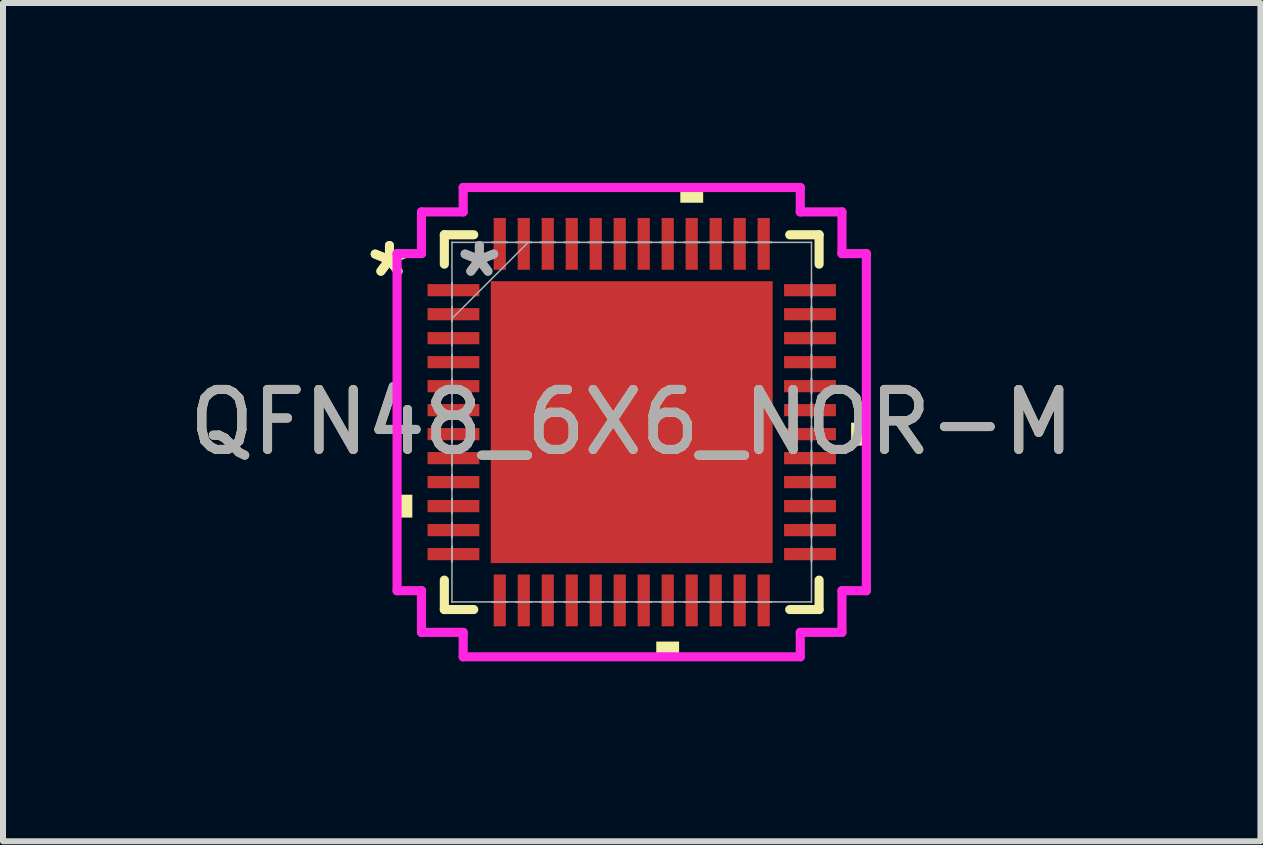
<source format=kicad_pcb>
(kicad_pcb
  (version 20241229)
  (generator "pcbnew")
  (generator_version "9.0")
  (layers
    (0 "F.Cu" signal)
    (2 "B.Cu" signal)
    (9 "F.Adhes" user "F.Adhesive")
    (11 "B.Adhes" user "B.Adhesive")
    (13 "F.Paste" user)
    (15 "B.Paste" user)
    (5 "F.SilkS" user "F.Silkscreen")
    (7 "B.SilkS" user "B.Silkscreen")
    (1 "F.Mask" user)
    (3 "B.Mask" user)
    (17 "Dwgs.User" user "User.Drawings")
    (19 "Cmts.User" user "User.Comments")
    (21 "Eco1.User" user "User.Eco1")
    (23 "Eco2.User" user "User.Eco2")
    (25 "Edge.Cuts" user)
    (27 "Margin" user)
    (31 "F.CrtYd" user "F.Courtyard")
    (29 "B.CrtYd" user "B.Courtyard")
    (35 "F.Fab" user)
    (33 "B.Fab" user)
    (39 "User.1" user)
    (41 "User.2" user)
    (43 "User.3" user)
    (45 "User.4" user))
  (footprint "QFN48_6X6_NOR-M"
    (layer "F.Cu")
    (at 7.482 3.988)
    (property "Reference" "QFN48_6X6_NOR-M" (at 0 0 0) (unlocked yes) (layer "F.SilkS") (effects (font (size 1 1) (thickness 0.15))))
    (attr smd)
    (fp_line (start -3.124 -3.124) (end -3.124 -2.634) (stroke (width 0.152) (type solid)) (layer "F.SilkS"))
    (fp_line (start -3.124 2.634) (end -3.124 3.124) (stroke (width 0.152) (type solid)) (layer "F.SilkS"))
    (fp_line (start -3.124 3.124) (end -2.634 3.124) (stroke (width 0.152) (type solid)) (layer "F.SilkS"))
    (fp_line (start -2.634 -3.124) (end -3.124 -3.124) (stroke (width 0.152) (type solid)) (layer "F.SilkS"))
    (fp_line (start 2.634 3.124) (end 3.124 3.124) (stroke (width 0.152) (type solid)) (layer "F.SilkS"))
    (fp_line (start 3.124 -3.124) (end 2.634 -3.124) (stroke (width 0.152) (type solid)) (layer "F.SilkS"))
    (fp_line (start 3.124 -2.634) (end 3.124 -3.124) (stroke (width 0.152) (type solid)) (layer "F.SilkS"))
    (fp_line (start 3.124 3.124) (end 3.124 2.634) (stroke (width 0.152) (type solid)) (layer "F.SilkS"))
    (fp_poly (pts (xy -3.912 1.21) (xy -3.912 1.591) (xy -3.658 1.591) (xy -3.658 1.21)) (stroke (width 0) (type solid)) (fill yes) (layer "F.SilkS"))
    (fp_poly (pts (xy 0.409 3.658) (xy 0.409 3.912) (xy 0.79 3.912) (xy 0.79 3.658)) (stroke (width 0) (type solid)) (fill yes) (layer "F.SilkS"))
    (fp_poly (pts (xy 0.81 -3.658) (xy 0.81 -3.912) (xy 1.191 -3.912) (xy 1.191 -3.658)) (stroke (width 0) (type solid)) (fill yes) (layer "F.SilkS"))
    (fp_poly (pts (xy 3.912 0.009) (xy 3.912 0.391) (xy 3.658 0.391) (xy 3.658 0.009)) (stroke (width 0) (type solid)) (fill yes) (layer "F.SilkS"))
    (fp_poly (pts (xy -2.249 -2.249) (xy -2.249 -0.883) (xy -0.883 -0.883) (xy -0.883 -2.249)) (stroke (width 0) (type solid)) (fill yes) (layer "F.Paste"))
    (fp_poly (pts (xy -2.249 -0.683) (xy -2.249 0.683) (xy -0.883 0.683) (xy -0.883 -0.683)) (stroke (width 0) (type solid)) (fill yes) (layer "F.Paste"))
    (fp_poly (pts (xy -2.249 0.883) (xy -2.249 2.249) (xy -0.883 2.249) (xy -0.883 0.883)) (stroke (width 0) (type solid)) (fill yes) (layer "F.Paste"))
    (fp_poly (pts (xy -0.683 -2.249) (xy -0.683 -0.883) (xy 0.683 -0.883) (xy 0.683 -2.249)) (stroke (width 0) (type solid)) (fill yes) (layer "F.Paste"))
    (fp_poly (pts (xy -0.683 -0.683) (xy -0.683 0.683) (xy 0.683 0.683) (xy 0.683 -0.683)) (stroke (width 0) (type solid)) (fill yes) (layer "F.Paste"))
    (fp_poly (pts (xy -0.683 0.883) (xy -0.683 2.249) (xy 0.683 2.249) (xy 0.683 0.883)) (stroke (width 0) (type solid)) (fill yes) (layer "F.Paste"))
    (fp_poly (pts (xy 0.883 -2.249) (xy 0.883 -0.883) (xy 2.249 -0.883) (xy 2.249 -2.249)) (stroke (width 0) (type solid)) (fill yes) (layer "F.Paste"))
    (fp_poly (pts (xy 0.883 -0.683) (xy 0.883 0.683) (xy 2.249 0.683) (xy 2.249 -0.683)) (stroke (width 0) (type solid)) (fill yes) (layer "F.Paste"))
    (fp_poly (pts (xy 0.883 0.883) (xy 0.883 2.249) (xy 2.249 2.249) (xy 2.249 0.883)) (stroke (width 0) (type solid)) (fill yes) (layer "F.Paste"))
    (fp_line (start -3.912 -2.81) (end -3.505 -2.81) (stroke (width 0.152) (type solid)) (layer "F.CrtYd"))
    (fp_line (start -3.912 2.81) (end -3.912 -2.81) (stroke (width 0.152) (type solid)) (layer "F.CrtYd"))
    (fp_line (start -3.505 -3.505) (end -2.81 -3.505) (stroke (width 0.152) (type solid)) (layer "F.CrtYd"))
    (fp_line (start -3.505 -2.81) (end -3.505 -3.505) (stroke (width 0.152) (type solid)) (layer "F.CrtYd"))
    (fp_line (start -3.505 2.81) (end -3.912 2.81) (stroke (width 0.152) (type solid)) (layer "F.CrtYd"))
    (fp_line (start -3.505 3.505) (end -3.505 2.81) (stroke (width 0.152) (type solid)) (layer "F.CrtYd"))
    (fp_line (start -2.81 -3.912) (end 2.81 -3.912) (stroke (width 0.152) (type solid)) (layer "F.CrtYd"))
    (fp_line (start -2.81 -3.505) (end -2.81 -3.912) (stroke (width 0.152) (type solid)) (layer "F.CrtYd"))
    (fp_line (start -2.81 3.505) (end -3.505 3.505) (stroke (width 0.152) (type solid)) (layer "F.CrtYd"))
    (fp_line (start -2.81 3.912) (end -2.81 3.505) (stroke (width 0.152) (type solid)) (layer "F.CrtYd"))
    (fp_line (start 2.81 -3.912) (end 2.81 -3.505) (stroke (width 0.152) (type solid)) (layer "F.CrtYd"))
    (fp_line (start 2.81 -3.505) (end 3.505 -3.505) (stroke (width 0.152) (type solid)) (layer "F.CrtYd"))
    (fp_line (start 2.81 3.505) (end 2.81 3.912) (stroke (width 0.152) (type solid)) (layer "F.CrtYd"))
    (fp_line (start 2.81 3.912) (end -2.81 3.912) (stroke (width 0.152) (type solid)) (layer "F.CrtYd"))
    (fp_line (start 3.505 -3.505) (end 3.505 -2.81) (stroke (width 0.152) (type solid)) (layer "F.CrtYd"))
    (fp_line (start 3.505 -2.81) (end 3.912 -2.81) (stroke (width 0.152) (type solid)) (layer "F.CrtYd"))
    (fp_line (start 3.505 2.81) (end 3.505 3.505) (stroke (width 0.152) (type solid)) (layer "F.CrtYd"))
    (fp_line (start 3.505 3.505) (end 2.81 3.505) (stroke (width 0.152) (type solid)) (layer "F.CrtYd"))
    (fp_line (start 3.912 -2.81) (end 3.912 2.81) (stroke (width 0.152) (type solid)) (layer "F.CrtYd"))
    (fp_line (start 3.912 2.81) (end 3.505 2.81) (stroke (width 0.152) (type solid)) (layer "F.CrtYd"))
    (fp_line (start -2.997 -2.997) (end -2.997 -2.997) (stroke (width 0.025) (type solid)) (layer "F.Fab"))
    (fp_line (start -2.997 -2.997) (end -2.997 2.997) (stroke (width 0.025) (type solid)) (layer "F.Fab"))
    (fp_line (start -2.997 -2.327) (end -2.997 -2.327) (stroke (width 0.025) (type solid)) (layer "F.Fab"))
    (fp_line (start -2.997 -2.327) (end -2.997 -2.073) (stroke (width 0.025) (type solid)) (layer "F.Fab"))
    (fp_line (start -2.997 -2.073) (end -2.997 -2.327) (stroke (width 0.025) (type solid)) (layer "F.Fab"))
    (fp_line (start -2.997 -2.073) (end -2.997 -2.073) (stroke (width 0.025) (type solid)) (layer "F.Fab"))
    (fp_line (start -2.997 -1.927) (end -2.997 -1.927) (stroke (width 0.025) (type solid)) (layer "F.Fab"))
    (fp_line (start -2.997 -1.927) (end -2.997 -1.673) (stroke (width 0.025) (type solid)) (layer "F.Fab"))
    (fp_line (start -2.997 -1.727) (end -1.727 -2.997) (stroke (width 0.025) (type solid)) (layer "F.Fab"))
    (fp_line (start -2.997 -1.673) (end -2.997 -1.927) (stroke (width 0.025) (type solid)) (layer "F.Fab"))
    (fp_line (start -2.997 -1.673) (end -2.997 -1.673) (stroke (width 0.025) (type solid)) (layer "F.Fab"))
    (fp_line (start -2.997 -1.527) (end -2.997 -1.527) (stroke (width 0.025) (type solid)) (layer "F.Fab"))
    (fp_line (start -2.997 -1.527) (end -2.997 -1.273) (stroke (width 0.025) (type solid)) (layer "F.Fab"))
    (fp_line (start -2.997 -1.273) (end -2.997 -1.527) (stroke (width 0.025) (type solid)) (layer "F.Fab"))
    (fp_line (start -2.997 -1.273) (end -2.997 -1.273) (stroke (width 0.025) (type solid)) (layer "F.Fab"))
    (fp_line (start -2.997 -1.127) (end -2.997 -1.127) (stroke (width 0.025) (type solid)) (layer "F.Fab"))
    (fp_line (start -2.997 -1.127) (end -2.997 -0.873) (stroke (width 0.025) (type solid)) (layer "F.Fab"))
    (fp_line (start -2.997 -0.873) (end -2.997 -1.127) (stroke (width 0.025) (type solid)) (layer "F.Fab"))
    (fp_line (start -2.997 -0.873) (end -2.997 -0.873) (stroke (width 0.025) (type solid)) (layer "F.Fab"))
    (fp_line (start -2.997 -0.727) (end -2.997 -0.727) (stroke (width 0.025) (type solid)) (layer "F.Fab"))
    (fp_line (start -2.997 -0.727) (end -2.997 -0.473) (stroke (width 0.025) (type solid)) (layer "F.Fab"))
    (fp_line (start -2.997 -0.473) (end -2.997 -0.727) (stroke (width 0.025) (type solid)) (layer "F.Fab"))
    (fp_line (start -2.997 -0.473) (end -2.997 -0.473) (stroke (width 0.025) (type solid)) (layer "F.Fab"))
    (fp_line (start -2.997 -0.327) (end -2.997 -0.327) (stroke (width 0.025) (type solid)) (layer "F.Fab"))
    (fp_line (start -2.997 -0.327) (end -2.997 -0.073) (stroke (width 0.025) (type solid)) (layer "F.Fab"))
    (fp_line (start -2.997 -0.073) (end -2.997 -0.327) (stroke (width 0.025) (type solid)) (layer "F.Fab"))
    (fp_line (start -2.997 -0.073) (end -2.997 -0.073) (stroke (width 0.025) (type solid)) (layer "F.Fab"))
    (fp_line (start -2.997 0.073) (end -2.997 0.073) (stroke (width 0.025) (type solid)) (layer "F.Fab"))
    (fp_line (start -2.997 0.073) (end -2.997 0.327) (stroke (width 0.025) (type solid)) (layer "F.Fab"))
    (fp_line (start -2.997 0.327) (end -2.997 0.073) (stroke (width 0.025) (type solid)) (layer "F.Fab"))
    (fp_line (start -2.997 0.327) (end -2.997 0.327) (stroke (width 0.025) (type solid)) (layer "F.Fab"))
    (fp_line (start -2.997 0.473) (end -2.997 0.473) (stroke (width 0.025) (type solid)) (layer "F.Fab"))
    (fp_line (start -2.997 0.473) (end -2.997 0.727) (stroke (width 0.025) (type solid)) (layer "F.Fab"))
    (fp_line (start -2.997 0.727) (end -2.997 0.473) (stroke (width 0.025) (type solid)) (layer "F.Fab"))
    (fp_line (start -2.997 0.727) (end -2.997 0.727) (stroke (width 0.025) (type solid)) (layer "F.Fab"))
    (fp_line (start -2.997 0.873) (end -2.997 0.873) (stroke (width 0.025) (type solid)) (layer "F.Fab"))
    (fp_line (start -2.997 0.873) (end -2.997 1.127) (stroke (width 0.025) (type solid)) (layer "F.Fab"))
    (fp_line (start -2.997 1.127) (end -2.997 0.873) (stroke (width 0.025) (type solid)) (layer "F.Fab"))
    (fp_line (start -2.997 1.127) (end -2.997 1.127) (stroke (width 0.025) (type solid)) (layer "F.Fab"))
    (fp_line (start -2.997 1.273) (end -2.997 1.273) (stroke (width 0.025) (type solid)) (layer "F.Fab"))
    (fp_line (start -2.997 1.273) (end -2.997 1.527) (stroke (width 0.025) (type solid)) (layer "F.Fab"))
    (fp_line (start -2.997 1.527) (end -2.997 1.273) (stroke (width 0.025) (type solid)) (layer "F.Fab"))
    (fp_line (start -2.997 1.527) (end -2.997 1.527) (stroke (width 0.025) (type solid)) (layer "F.Fab"))
    (fp_line (start -2.997 1.673) (end -2.997 1.673) (stroke (width 0.025) (type solid)) (layer "F.Fab"))
    (fp_line (start -2.997 1.673) (end -2.997 1.927) (stroke (width 0.025) (type solid)) (layer "F.Fab"))
    (fp_line (start -2.997 1.927) (end -2.997 1.673) (stroke (width 0.025) (type solid)) (layer "F.Fab"))
    (fp_line (start -2.997 1.927) (end -2.997 1.927) (stroke (width 0.025) (type solid)) (layer "F.Fab"))
    (fp_line (start -2.997 2.073) (end -2.997 2.073) (stroke (width 0.025) (type solid)) (layer "F.Fab"))
    (fp_line (start -2.997 2.073) (end -2.997 2.327) (stroke (width 0.025) (type solid)) (layer "F.Fab"))
    (fp_line (start -2.997 2.327) (end -2.997 2.073) (stroke (width 0.025) (type solid)) (layer "F.Fab"))
    (fp_line (start -2.997 2.327) (end -2.997 2.327) (stroke (width 0.025) (type solid)) (layer "F.Fab"))
    (fp_line (start -2.997 2.997) (end -2.997 2.997) (stroke (width 0.025) (type solid)) (layer "F.Fab"))
    (fp_line (start -2.997 2.997) (end 2.997 2.997) (stroke (width 0.025) (type solid)) (layer "F.Fab"))
    (fp_line (start -2.327 -2.997) (end -2.327 -2.997) (stroke (width 0.025) (type solid)) (layer "F.Fab"))
    (fp_line (start -2.327 -2.997) (end -2.073 -2.997) (stroke (width 0.025) (type solid)) (layer "F.Fab"))
    (fp_line (start -2.327 2.997) (end -2.327 2.997) (stroke (width 0.025) (type solid)) (layer "F.Fab"))
    (fp_line (start -2.327 2.997) (end -2.073 2.997) (stroke (width 0.025) (type solid)) (layer "F.Fab"))
    (fp_line (start -2.073 -2.997) (end -2.327 -2.997) (stroke (width 0.025) (type solid)) (layer "F.Fab"))
    (fp_line (start -2.073 -2.997) (end -2.073 -2.997) (stroke (width 0.025) (type solid)) (layer "F.Fab"))
    (fp_line (start -2.073 2.997) (end -2.327 2.997) (stroke (width 0.025) (type solid)) (layer "F.Fab"))
    (fp_line (start -2.073 2.997) (end -2.073 2.997) (stroke (width 0.025) (type solid)) (layer "F.Fab"))
    (fp_line (start -1.927 -2.997) (end -1.927 -2.997) (stroke (width 0.025) (type solid)) (layer "F.Fab"))
    (fp_line (start -1.927 -2.997) (end -1.673 -2.997) (stroke (width 0.025) (type solid)) (layer "F.Fab"))
    (fp_line (start -1.927 2.997) (end -1.927 2.997) (stroke (width 0.025) (type solid)) (layer "F.Fab"))
    (fp_line (start -1.927 2.997) (end -1.673 2.997) (stroke (width 0.025) (type solid)) (layer "F.Fab"))
    (fp_line (start -1.673 -2.997) (end -1.927 -2.997) (stroke (width 0.025) (type solid)) (layer "F.Fab"))
    (fp_line (start -1.673 -2.997) (end -1.673 -2.997) (stroke (width 0.025) (type solid)) (layer "F.Fab"))
    (fp_line (start -1.673 2.997) (end -1.927 2.997) (stroke (width 0.025) (type solid)) (layer "F.Fab"))
    (fp_line (start -1.673 2.997) (end -1.673 2.997) (stroke (width 0.025) (type solid)) (layer "F.Fab"))
    (fp_line (start -1.527 -2.997) (end -1.527 -2.997) (stroke (width 0.025) (type solid)) (layer "F.Fab"))
    (fp_line (start -1.527 -2.997) (end -1.273 -2.997) (stroke (width 0.025) (type solid)) (layer "F.Fab"))
    (fp_line (start -1.527 2.997) (end -1.527 2.997) (stroke (width 0.025) (type solid)) (layer "F.Fab"))
    (fp_line (start -1.527 2.997) (end -1.273 2.997) (stroke (width 0.025) (type solid)) (layer "F.Fab"))
    (fp_line (start -1.273 -2.997) (end -1.527 -2.997) (stroke (width 0.025) (type solid)) (layer "F.Fab"))
    (fp_line (start -1.273 -2.997) (end -1.273 -2.997) (stroke (width 0.025) (type solid)) (layer "F.Fab"))
    (fp_line (start -1.273 2.997) (end -1.527 2.997) (stroke (width 0.025) (type solid)) (layer "F.Fab"))
    (fp_line (start -1.273 2.997) (end -1.273 2.997) (stroke (width 0.025) (type solid)) (layer "F.Fab"))
    (fp_line (start -1.127 -2.997) (end -1.127 -2.997) (stroke (width 0.025) (type solid)) (layer "F.Fab"))
    (fp_line (start -1.127 -2.997) (end -0.873 -2.997) (stroke (width 0.025) (type solid)) (layer "F.Fab"))
    (fp_line (start -1.127 2.997) (end -1.127 2.997) (stroke (width 0.025) (type solid)) (layer "F.Fab"))
    (fp_line (start -1.127 2.997) (end -0.873 2.997) (stroke (width 0.025) (type solid)) (layer "F.Fab"))
    (fp_line (start -0.873 -2.997) (end -1.127 -2.997) (stroke (width 0.025) (type solid)) (layer "F.Fab"))
    (fp_line (start -0.873 -2.997) (end -0.873 -2.997) (stroke (width 0.025) (type solid)) (layer "F.Fab"))
    (fp_line (start -0.873 2.997) (end -1.127 2.997) (stroke (width 0.025) (type solid)) (layer "F.Fab"))
    (fp_line (start -0.873 2.997) (end -0.873 2.997) (stroke (width 0.025) (type solid)) (layer "F.Fab"))
    (fp_line (start -0.727 -2.997) (end -0.727 -2.997) (stroke (width 0.025) (type solid)) (layer "F.Fab"))
    (fp_line (start -0.727 -2.997) (end -0.473 -2.997) (stroke (width 0.025) (type solid)) (layer "F.Fab"))
    (fp_line (start -0.727 2.997) (end -0.727 2.997) (stroke (width 0.025) (type solid)) (layer "F.Fab"))
    (fp_line (start -0.727 2.997) (end -0.473 2.997) (stroke (width 0.025) (type solid)) (layer "F.Fab"))
    (fp_line (start -0.473 -2.997) (end -0.727 -2.997) (stroke (width 0.025) (type solid)) (layer "F.Fab"))
    (fp_line (start -0.473 -2.997) (end -0.473 -2.997) (stroke (width 0.025) (type solid)) (layer "F.Fab"))
    (fp_line (start -0.473 2.997) (end -0.727 2.997) (stroke (width 0.025) (type solid)) (layer "F.Fab"))
    (fp_line (start -0.473 2.997) (end -0.473 2.997) (stroke (width 0.025) (type solid)) (layer "F.Fab"))
    (fp_line (start -0.327 -2.997) (end -0.327 -2.997) (stroke (width 0.025) (type solid)) (layer "F.Fab"))
    (fp_line (start -0.327 -2.997) (end -0.073 -2.997) (stroke (width 0.025) (type solid)) (layer "F.Fab"))
    (fp_line (start -0.327 2.997) (end -0.327 2.997) (stroke (width 0.025) (type solid)) (layer "F.Fab"))
    (fp_line (start -0.327 2.997) (end -0.073 2.997) (stroke (width 0.025) (type solid)) (layer "F.Fab"))
    (fp_line (start -0.073 -2.997) (end -0.327 -2.997) (stroke (width 0.025) (type solid)) (layer "F.Fab"))
    (fp_line (start -0.073 -2.997) (end -0.073 -2.997) (stroke (width 0.025) (type solid)) (layer "F.Fab"))
    (fp_line (start -0.073 2.997) (end -0.327 2.997) (stroke (width 0.025) (type solid)) (layer "F.Fab"))
    (fp_line (start -0.073 2.997) (end -0.073 2.997) (stroke (width 0.025) (type solid)) (layer "F.Fab"))
    (fp_line (start 0.073 -2.997) (end 0.073 -2.997) (stroke (width 0.025) (type solid)) (layer "F.Fab"))
    (fp_line (start 0.073 -2.997) (end 0.327 -2.997) (stroke (width 0.025) (type solid)) (layer "F.Fab"))
    (fp_line (start 0.073 2.997) (end 0.073 2.997) (stroke (width 0.025) (type solid)) (layer "F.Fab"))
    (fp_line (start 0.073 2.997) (end 0.327 2.997) (stroke (width 0.025) (type solid)) (layer "F.Fab"))
    (fp_line (start 0.327 -2.997) (end 0.073 -2.997) (stroke (width 0.025) (type solid)) (layer "F.Fab"))
    (fp_line (start 0.327 -2.997) (end 0.327 -2.997) (stroke (width 0.025) (type solid)) (layer "F.Fab"))
    (fp_line (start 0.327 2.997) (end 0.073 2.997) (stroke (width 0.025) (type solid)) (layer "F.Fab"))
    (fp_line (start 0.327 2.997) (end 0.327 2.997) (stroke (width 0.025) (type solid)) (layer "F.Fab"))
    (fp_line (start 0.473 -2.997) (end 0.473 -2.997) (stroke (width 0.025) (type solid)) (layer "F.Fab"))
    (fp_line (start 0.473 -2.997) (end 0.727 -2.997) (stroke (width 0.025) (type solid)) (layer "F.Fab"))
    (fp_line (start 0.473 2.997) (end 0.473 2.997) (stroke (width 0.025) (type solid)) (layer "F.Fab"))
    (fp_line (start 0.473 2.997) (end 0.727 2.997) (stroke (width 0.025) (type solid)) (layer "F.Fab"))
    (fp_line (start 0.727 -2.997) (end 0.473 -2.997) (stroke (width 0.025) (type solid)) (layer "F.Fab"))
    (fp_line (start 0.727 -2.997) (end 0.727 -2.997) (stroke (width 0.025) (type solid)) (layer "F.Fab"))
    (fp_line (start 0.727 2.997) (end 0.473 2.997) (stroke (width 0.025) (type solid)) (layer "F.Fab"))
    (fp_line (start 0.727 2.997) (end 0.727 2.997) (stroke (width 0.025) (type solid)) (layer "F.Fab"))
    (fp_line (start 0.873 -2.997) (end 0.873 -2.997) (stroke (width 0.025) (type solid)) (layer "F.Fab"))
    (fp_line (start 0.873 -2.997) (end 1.127 -2.997) (stroke (width 0.025) (type solid)) (layer "F.Fab"))
    (fp_line (start 0.873 2.997) (end 0.873 2.997) (stroke (width 0.025) (type solid)) (layer "F.Fab"))
    (fp_line (start 0.873 2.997) (end 1.127 2.997) (stroke (width 0.025) (type solid)) (layer "F.Fab"))
    (fp_line (start 1.127 -2.997) (end 0.873 -2.997) (stroke (width 0.025) (type solid)) (layer "F.Fab"))
    (fp_line (start 1.127 -2.997) (end 1.127 -2.997) (stroke (width 0.025) (type solid)) (layer "F.Fab"))
    (fp_line (start 1.127 2.997) (end 0.873 2.997) (stroke (width 0.025) (type solid)) (layer "F.Fab"))
    (fp_line (start 1.127 2.997) (end 1.127 2.997) (stroke (width 0.025) (type solid)) (layer "F.Fab"))
    (fp_line (start 1.273 -2.997) (end 1.273 -2.997) (stroke (width 0.025) (type solid)) (layer "F.Fab"))
    (fp_line (start 1.273 -2.997) (end 1.527 -2.997) (stroke (width 0.025) (type solid)) (layer "F.Fab"))
    (fp_line (start 1.273 2.997) (end 1.273 2.997) (stroke (width 0.025) (type solid)) (layer "F.Fab"))
    (fp_line (start 1.273 2.997) (end 1.527 2.997) (stroke (width 0.025) (type solid)) (layer "F.Fab"))
    (fp_line (start 1.527 -2.997) (end 1.273 -2.997) (stroke (width 0.025) (type solid)) (layer "F.Fab"))
    (fp_line (start 1.527 -2.997) (end 1.527 -2.997) (stroke (width 0.025) (type solid)) (layer "F.Fab"))
    (fp_line (start 1.527 2.997) (end 1.273 2.997) (stroke (width 0.025) (type solid)) (layer "F.Fab"))
    (fp_line (start 1.527 2.997) (end 1.527 2.997) (stroke (width 0.025) (type solid)) (layer "F.Fab"))
    (fp_line (start 1.673 -2.997) (end 1.673 -2.997) (stroke (width 0.025) (type solid)) (layer "F.Fab"))
    (fp_line (start 1.673 -2.997) (end 1.927 -2.997) (stroke (width 0.025) (type solid)) (layer "F.Fab"))
    (fp_line (start 1.673 2.997) (end 1.673 2.997) (stroke (width 0.025) (type solid)) (layer "F.Fab"))
    (fp_line (start 1.673 2.997) (end 1.927 2.997) (stroke (width 0.025) (type solid)) (layer "F.Fab"))
    (fp_line (start 1.927 -2.997) (end 1.673 -2.997) (stroke (width 0.025) (type solid)) (layer "F.Fab"))
    (fp_line (start 1.927 -2.997) (end 1.927 -2.997) (stroke (width 0.025) (type solid)) (layer "F.Fab"))
    (fp_line (start 1.927 2.997) (end 1.673 2.997) (stroke (width 0.025) (type solid)) (layer "F.Fab"))
    (fp_line (start 1.927 2.997) (end 1.927 2.997) (stroke (width 0.025) (type solid)) (layer "F.Fab"))
    (fp_line (start 2.073 -2.997) (end 2.073 -2.997) (stroke (width 0.025) (type solid)) (layer "F.Fab"))
    (fp_line (start 2.073 -2.997) (end 2.327 -2.997) (stroke (width 0.025) (type solid)) (layer "F.Fab"))
    (fp_line (start 2.073 2.997) (end 2.073 2.997) (stroke (width 0.025) (type solid)) (layer "F.Fab"))
    (fp_line (start 2.073 2.997) (end 2.327 2.997) (stroke (width 0.025) (type solid)) (layer "F.Fab"))
    (fp_line (start 2.327 -2.997) (end 2.073 -2.997) (stroke (width 0.025) (type solid)) (layer "F.Fab"))
    (fp_line (start 2.327 -2.997) (end 2.327 -2.997) (stroke (width 0.025) (type solid)) (layer "F.Fab"))
    (fp_line (start 2.327 2.997) (end 2.073 2.997) (stroke (width 0.025) (type solid)) (layer "F.Fab"))
    (fp_line (start 2.327 2.997) (end 2.327 2.997) (stroke (width 0.025) (type solid)) (layer "F.Fab"))
    (fp_line (start 2.997 -2.997) (end -2.997 -2.997) (stroke (width 0.025) (type solid)) (layer "F.Fab"))
    (fp_line (start 2.997 -2.997) (end 2.997 -2.997) (stroke (width 0.025) (type solid)) (layer "F.Fab"))
    (fp_line (start 2.997 -2.327) (end 2.997 -2.327) (stroke (width 0.025) (type solid)) (layer "F.Fab"))
    (fp_line (start 2.997 -2.327) (end 2.997 -2.073) (stroke (width 0.025) (type solid)) (layer "F.Fab"))
    (fp_line (start 2.997 -2.073) (end 2.997 -2.327) (stroke (width 0.025) (type solid)) (layer "F.Fab"))
    (fp_line (start 2.997 -2.073) (end 2.997 -2.073) (stroke (width 0.025) (type solid)) (layer "F.Fab"))
    (fp_line (start 2.997 -1.927) (end 2.997 -1.927) (stroke (width 0.025) (type solid)) (layer "F.Fab"))
    (fp_line (start 2.997 -1.927) (end 2.997 -1.673) (stroke (width 0.025) (type solid)) (layer "F.Fab"))
    (fp_line (start 2.997 -1.673) (end 2.997 -1.927) (stroke (width 0.025) (type solid)) (layer "F.Fab"))
    (fp_line (start 2.997 -1.673) (end 2.997 -1.673) (stroke (width 0.025) (type solid)) (layer "F.Fab"))
    (fp_line (start 2.997 -1.527) (end 2.997 -1.527) (stroke (width 0.025) (type solid)) (layer "F.Fab"))
    (fp_line (start 2.997 -1.527) (end 2.997 -1.273) (stroke (width 0.025) (type solid)) (layer "F.Fab"))
    (fp_line (start 2.997 -1.273) (end 2.997 -1.527) (stroke (width 0.025) (type solid)) (layer "F.Fab"))
    (fp_line (start 2.997 -1.273) (end 2.997 -1.273) (stroke (width 0.025) (type solid)) (layer "F.Fab"))
    (fp_line (start 2.997 -1.127) (end 2.997 -1.127) (stroke (width 0.025) (type solid)) (layer "F.Fab"))
    (fp_line (start 2.997 -1.127) (end 2.997 -0.873) (stroke (width 0.025) (type solid)) (layer "F.Fab"))
    (fp_line (start 2.997 -0.873) (end 2.997 -1.127) (stroke (width 0.025) (type solid)) (layer "F.Fab"))
    (fp_line (start 2.997 -0.873) (end 2.997 -0.873) (stroke (width 0.025) (type solid)) (layer "F.Fab"))
    (fp_line (start 2.997 -0.727) (end 2.997 -0.727) (stroke (width 0.025) (type solid)) (layer "F.Fab"))
    (fp_line (start 2.997 -0.727) (end 2.997 -0.473) (stroke (width 0.025) (type solid)) (layer "F.Fab"))
    (fp_line (start 2.997 -0.473) (end 2.997 -0.727) (stroke (width 0.025) (type solid)) (layer "F.Fab"))
    (fp_line (start 2.997 -0.473) (end 2.997 -0.473) (stroke (width 0.025) (type solid)) (layer "F.Fab"))
    (fp_line (start 2.997 -0.327) (end 2.997 -0.327) (stroke (width 0.025) (type solid)) (layer "F.Fab"))
    (fp_line (start 2.997 -0.327) (end 2.997 -0.073) (stroke (width 0.025) (type solid)) (layer "F.Fab"))
    (fp_line (start 2.997 -0.073) (end 2.997 -0.327) (stroke (width 0.025) (type solid)) (layer "F.Fab"))
    (fp_line (start 2.997 -0.073) (end 2.997 -0.073) (stroke (width 0.025) (type solid)) (layer "F.Fab"))
    (fp_line (start 2.997 0.073) (end 2.997 0.073) (stroke (width 0.025) (type solid)) (layer "F.Fab"))
    (fp_line (start 2.997 0.073) (end 2.997 0.327) (stroke (width 0.025) (type solid)) (layer "F.Fab"))
    (fp_line (start 2.997 0.327) (end 2.997 0.073) (stroke (width 0.025) (type solid)) (layer "F.Fab"))
    (fp_line (start 2.997 0.327) (end 2.997 0.327) (stroke (width 0.025) (type solid)) (layer "F.Fab"))
    (fp_line (start 2.997 0.473) (end 2.997 0.473) (stroke (width 0.025) (type solid)) (layer "F.Fab"))
    (fp_line (start 2.997 0.473) (end 2.997 0.727) (stroke (width 0.025) (type solid)) (layer "F.Fab"))
    (fp_line (start 2.997 0.727) (end 2.997 0.473) (stroke (width 0.025) (type solid)) (layer "F.Fab"))
    (fp_line (start 2.997 0.727) (end 2.997 0.727) (stroke (width 0.025) (type solid)) (layer "F.Fab"))
    (fp_line (start 2.997 0.873) (end 2.997 0.873) (stroke (width 0.025) (type solid)) (layer "F.Fab"))
    (fp_line (start 2.997 0.873) (end 2.997 1.127) (stroke (width 0.025) (type solid)) (layer "F.Fab"))
    (fp_line (start 2.997 1.127) (end 2.997 0.873) (stroke (width 0.025) (type solid)) (layer "F.Fab"))
    (fp_line (start 2.997 1.127) (end 2.997 1.127) (stroke (width 0.025) (type solid)) (layer "F.Fab"))
    (fp_line (start 2.997 1.273) (end 2.997 1.273) (stroke (width 0.025) (type solid)) (layer "F.Fab"))
    (fp_line (start 2.997 1.273) (end 2.997 1.527) (stroke (width 0.025) (type solid)) (layer "F.Fab"))
    (fp_line (start 2.997 1.527) (end 2.997 1.273) (stroke (width 0.025) (type solid)) (layer "F.Fab"))
    (fp_line (start 2.997 1.527) (end 2.997 1.527) (stroke (width 0.025) (type solid)) (layer "F.Fab"))
    (fp_line (start 2.997 1.673) (end 2.997 1.673) (stroke (width 0.025) (type solid)) (layer "F.Fab"))
    (fp_line (start 2.997 1.673) (end 2.997 1.927) (stroke (width 0.025) (type solid)) (layer "F.Fab"))
    (fp_line (start 2.997 1.927) (end 2.997 1.673) (stroke (width 0.025) (type solid)) (layer "F.Fab"))
    (fp_line (start 2.997 1.927) (end 2.997 1.927) (stroke (width 0.025) (type solid)) (layer "F.Fab"))
    (fp_line (start 2.997 2.073) (end 2.997 2.073) (stroke (width 0.025) (type solid)) (layer "F.Fab"))
    (fp_line (start 2.997 2.073) (end 2.997 2.327) (stroke (width 0.025) (type solid)) (layer "F.Fab"))
    (fp_line (start 2.997 2.327) (end 2.997 2.073) (stroke (width 0.025) (type solid)) (layer "F.Fab"))
    (fp_line (start 2.997 2.327) (end 2.997 2.327) (stroke (width 0.025) (type solid)) (layer "F.Fab"))
    (fp_line (start 2.997 2.997) (end 2.997 -2.997) (stroke (width 0.025) (type solid)) (layer "F.Fab"))
    (fp_line (start 2.997 2.997) (end 2.997 2.997) (stroke (width 0.025) (type solid)) (layer "F.Fab"))
    (fp_text user "*" (at -4.039 -2.4 0) (unlocked yes) (layer "F.SilkS") (effects (font (size 1 1) (thickness 0.15))))
    (fp_text user "*" (at -4.039 -2.4 0) (layer "F.SilkS") (effects (font (size 1 1) (thickness 0.15))))
    (fp_text user "*" (at -2.54 -2.4 0) (unlocked yes) (layer "F.Fab") (effects (font (size 1 1) (thickness 0.15))))
    (fp_text user "*" (at -2.54 -2.4 0) (layer "F.Fab") (effects (font (size 1 1) (thickness 0.15))))
    (fp_text user "${REFERENCE}" (at 0 0 0) (unlocked yes) (layer "F.Fab") (effects (font (size 1 1) (thickness 0.15))))
    (pad "1" smd rect (at -2.972 -2.2 90) (size 0.203 0.864) (layers "F.Cu" "F.Mask" "F.Paste"))
    (pad "2" smd rect (at -2.972 -1.8 90) (size 0.203 0.864) (layers "F.Cu" "F.Mask" "F.Paste"))
    (pad "3" smd rect (at -2.972 -1.4 90) (size 0.203 0.864) (layers "F.Cu" "F.Mask" "F.Paste"))
    (pad "4" smd rect (at -2.972 -1 90) (size 0.203 0.864) (layers "F.Cu" "F.Mask" "F.Paste"))
    (pad "5" smd rect (at -2.972 -0.6 90) (size 0.203 0.864) (layers "F.Cu" "F.Mask" "F.Paste"))
    (pad "6" smd rect (at -2.972 -0.2 90) (size 0.203 0.864) (layers "F.Cu" "F.Mask" "F.Paste"))
    (pad "7" smd rect (at -2.972 0.2 90) (size 0.203 0.864) (layers "F.Cu" "F.Mask" "F.Paste"))
    (pad "8" smd rect (at -2.972 0.6 90) (size 0.203 0.864) (layers "F.Cu" "F.Mask" "F.Paste"))
    (pad "9" smd rect (at -2.972 1 90) (size 0.203 0.864) (layers "F.Cu" "F.Mask" "F.Paste"))
    (pad "10" smd rect (at -2.972 1.4 90) (size 0.203 0.864) (layers "F.Cu" "F.Mask" "F.Paste"))
    (pad "11" smd rect (at -2.972 1.8 90) (size 0.203 0.864) (layers "F.Cu" "F.Mask" "F.Paste"))
    (pad "12" smd rect (at -2.972 2.2 90) (size 0.203 0.864) (layers "F.Cu" "F.Mask" "F.Paste"))
    (pad "13" smd rect (at -2.2 2.972) (size 0.203 0.864) (layers "F.Cu" "F.Mask" "F.Paste"))
    (pad "14" smd rect (at -1.8 2.972) (size 0.203 0.864) (layers "F.Cu" "F.Mask" "F.Paste"))
    (pad "15" smd rect (at -1.4 2.972) (size 0.203 0.864) (layers "F.Cu" "F.Mask" "F.Paste"))
    (pad "16" smd rect (at -1 2.972) (size 0.203 0.864) (layers "F.Cu" "F.Mask" "F.Paste"))
    (pad "17" smd rect (at -0.6 2.972) (size 0.203 0.864) (layers "F.Cu" "F.Mask" "F.Paste"))
    (pad "18" smd rect (at -0.2 2.972) (size 0.203 0.864) (layers "F.Cu" "F.Mask" "F.Paste"))
    (pad "19" smd rect (at 0.2 2.972) (size 0.203 0.864) (layers "F.Cu" "F.Mask" "F.Paste"))
    (pad "20" smd rect (at 0.6 2.972) (size 0.203 0.864) (layers "F.Cu" "F.Mask" "F.Paste"))
    (pad "21" smd rect (at 1 2.972) (size 0.203 0.864) (layers "F.Cu" "F.Mask" "F.Paste"))
    (pad "22" smd rect (at 1.4 2.972) (size 0.203 0.864) (layers "F.Cu" "F.Mask" "F.Paste"))
    (pad "23" smd rect (at 1.8 2.972) (size 0.203 0.864) (layers "F.Cu" "F.Mask" "F.Paste"))
    (pad "24" smd rect (at 2.2 2.972) (size 0.203 0.864) (layers "F.Cu" "F.Mask" "F.Paste"))
    (pad "25" smd rect (at 2.972 2.2 90) (size 0.203 0.864) (layers "F.Cu" "F.Mask" "F.Paste"))
    (pad "26" smd rect (at 2.972 1.8 90) (size 0.203 0.864) (layers "F.Cu" "F.Mask" "F.Paste"))
    (pad "27" smd rect (at 2.972 1.4 90) (size 0.203 0.864) (layers "F.Cu" "F.Mask" "F.Paste"))
    (pad "28" smd rect (at 2.972 1 90) (size 0.203 0.864) (layers "F.Cu" "F.Mask" "F.Paste"))
    (pad "29" smd rect (at 2.972 0.6 90) (size 0.203 0.864) (layers "F.Cu" "F.Mask" "F.Paste"))
    (pad "30" smd rect (at 2.972 0.2 90) (size 0.203 0.864) (layers "F.Cu" "F.Mask" "F.Paste"))
    (pad "31" smd rect (at 2.972 -0.2 90) (size 0.203 0.864) (layers "F.Cu" "F.Mask" "F.Paste"))
    (pad "32" smd rect (at 2.972 -0.6 90) (size 0.203 0.864) (layers "F.Cu" "F.Mask" "F.Paste"))
    (pad "33" smd rect (at 2.972 -1 90) (size 0.203 0.864) (layers "F.Cu" "F.Mask" "F.Paste"))
    (pad "34" smd rect (at 2.972 -1.4 90) (size 0.203 0.864) (layers "F.Cu" "F.Mask" "F.Paste"))
    (pad "35" smd rect (at 2.972 -1.8 90) (size 0.203 0.864) (layers "F.Cu" "F.Mask" "F.Paste"))
    (pad "36" smd rect (at 2.972 -2.2 90) (size 0.203 0.864) (layers "F.Cu" "F.Mask" "F.Paste"))
    (pad "37" smd rect (at 2.2 -2.972) (size 0.203 0.864) (layers "F.Cu" "F.Mask" "F.Paste"))
    (pad "38" smd rect (at 1.8 -2.972) (size 0.203 0.864) (layers "F.Cu" "F.Mask" "F.Paste"))
    (pad "39" smd rect (at 1.4 -2.972) (size 0.203 0.864) (layers "F.Cu" "F.Mask" "F.Paste"))
    (pad "40" smd rect (at 1 -2.972) (size 0.203 0.864) (layers "F.Cu" "F.Mask" "F.Paste"))
    (pad "41" smd rect (at 0.6 -2.972) (size 0.203 0.864) (layers "F.Cu" "F.Mask" "F.Paste"))
    (pad "42" smd rect (at 0.2 -2.972) (size 0.203 0.864) (layers "F.Cu" "F.Mask" "F.Paste"))
    (pad "43" smd rect (at -0.2 -2.972) (size 0.203 0.864) (layers "F.Cu" "F.Mask" "F.Paste"))
    (pad "44" smd rect (at -0.6 -2.972) (size 0.203 0.864) (layers "F.Cu" "F.Mask" "F.Paste"))
    (pad "45" smd rect (at -1 -2.972) (size 0.203 0.864) (layers "F.Cu" "F.Mask" "F.Paste"))
    (pad "46" smd rect (at -1.4 -2.972) (size 0.203 0.864) (layers "F.Cu" "F.Mask" "F.Paste"))
    (pad "47" smd rect (at -1.8 -2.972) (size 0.203 0.864) (layers "F.Cu" "F.Mask" "F.Paste"))
    (pad "48" smd rect (at -2.2 -2.972) (size 0.203 0.864) (layers "F.Cu" "F.Mask" "F.Paste"))
    (pad "49" smd rect (at 0 0) (size 4.699 4.699) (layers "F.Cu" "F.Mask" "F.Paste")))
  (gr_rect
    (start -3 -3)
    (end 17.964 10.976)
    (stroke (width 0.1) (type default))
    (fill no)
    (layer "Edge.Cuts")))
</source>
